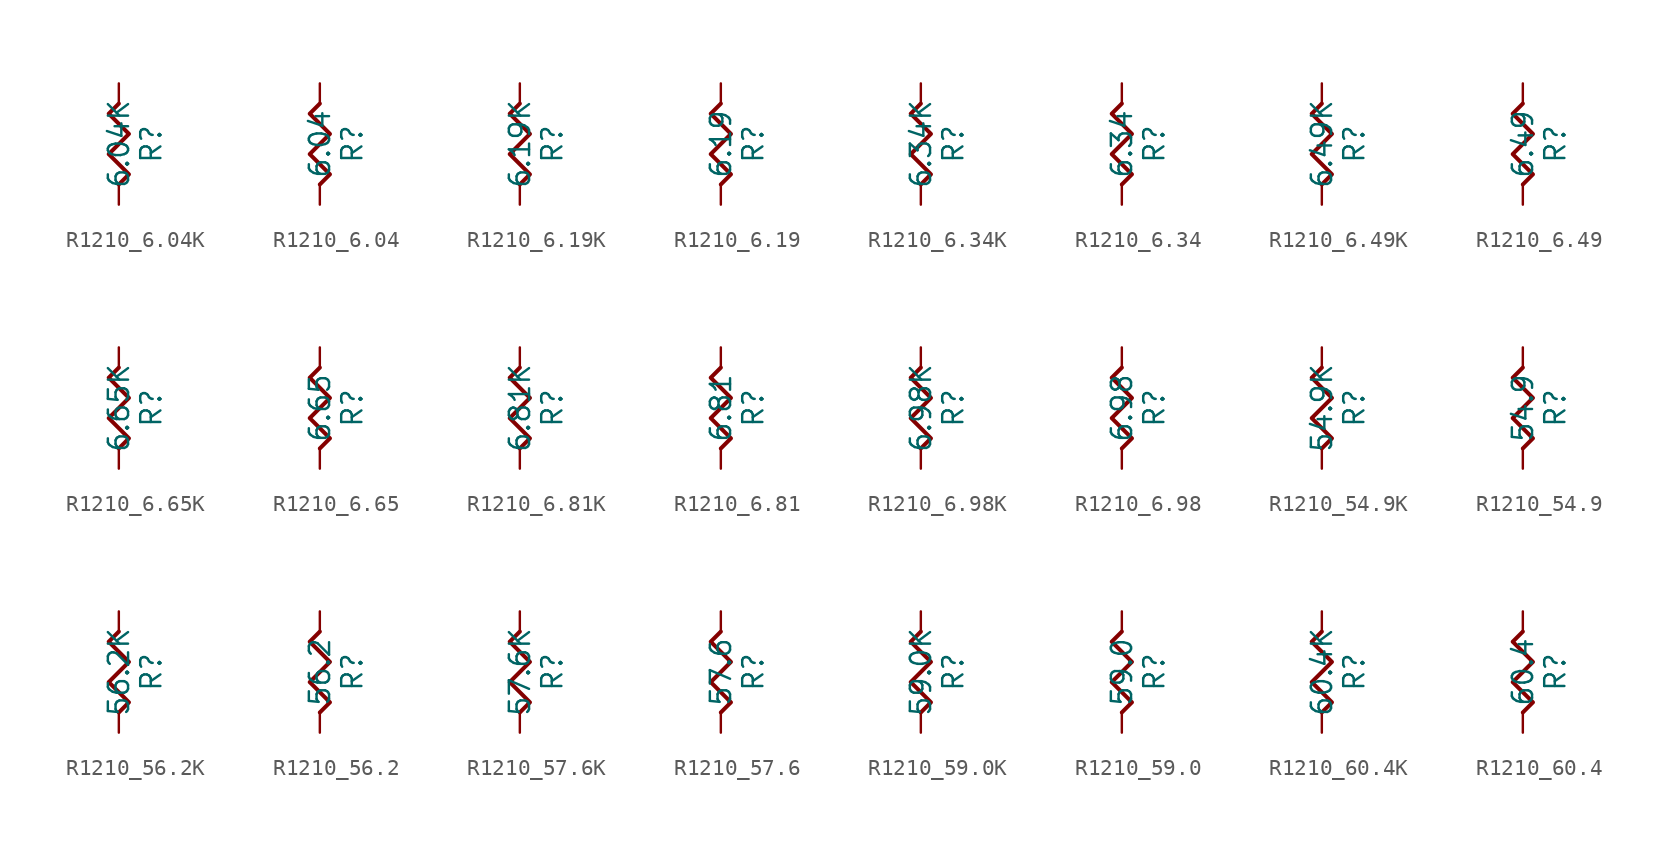
<source format=kicad_sym>
(kicad_symbol_lib
  (version 20211014)
  (generator atlantix-eda)
  (symbol "R1210_6.04K"
    (pin_numbers hide)
    (pin_names
      (offset 0))
    (property "Reference" "R"
      (at 2.032 0 90)
      (effects (font (size 1.27 1.27))))
    (property "Value" "6.04K"
      (at 0 0 90)
      (effects (font (size 1.27 1.27))))
    (symbol "R1210_6.04K_0_1"
      (polyline (pts (xy 0 -2.54) (xy 0.635 -1.905) (xy -0.635 -0.635) (xy 0.635 0.635) (xy -0.635 1.905) (xy 0 2.54)) (stroke (width 0.254) (type default) (color 0 0 0 0)) (fill (type none))))
    (symbol "R1210_6.04K_1_1"
      (pin passive line (at 0 3.81 270) (length 1.27) (name "~" (effects (font (size 1.27 1.27)))) (number "1" (effects (font (size 1.27 1.27)))))
      (pin passive line (at 0 -3.81 90) (length 1.27) (name "~" (effects (font (size 1.27 1.27)))) (number "2" (effects (font (size 1.27 1.27)))))))
  (symbol "R1210_6.04"
    (pin_numbers hide)
    (pin_names
      (offset 0))
    (property "Reference" "R"
      (at 2.032 0 90)
      (effects (font (size 1.27 1.27))))
    (property "Value" "6.04"
      (at 0 0 90)
      (effects (font (size 1.27 1.27))))
    (symbol "R1210_6.04_0_1"
      (polyline (pts (xy 0 -2.54) (xy 0.635 -1.905) (xy -0.635 -0.635) (xy 0.635 0.635) (xy -0.635 1.905) (xy 0 2.54)) (stroke (width 0.254) (type default) (color 0 0 0 0)) (fill (type none))))
    (symbol "R1210_6.04_1_1"
      (pin passive line (at 0 3.81 270) (length 1.27) (name "~" (effects (font (size 1.27 1.27)))) (number "1" (effects (font (size 1.27 1.27)))))
      (pin passive line (at 0 -3.81 90) (length 1.27) (name "~" (effects (font (size 1.27 1.27)))) (number "2" (effects (font (size 1.27 1.27)))))))
  (symbol "R1210_6.19K"
    (pin_numbers hide)
    (pin_names
      (offset 0))
    (property "Reference" "R"
      (at 2.032 0 90)
      (effects (font (size 1.27 1.27))))
    (property "Value" "6.19K"
      (at 0 0 90)
      (effects (font (size 1.27 1.27))))
    (symbol "R1210_6.19K_0_1"
      (polyline (pts (xy 0 -2.54) (xy 0.635 -1.905) (xy -0.635 -0.635) (xy 0.635 0.635) (xy -0.635 1.905) (xy 0 2.54)) (stroke (width 0.254) (type default) (color 0 0 0 0)) (fill (type none))))
    (symbol "R1210_6.19K_1_1"
      (pin passive line (at 0 3.81 270) (length 1.27) (name "~" (effects (font (size 1.27 1.27)))) (number "1" (effects (font (size 1.27 1.27)))))
      (pin passive line (at 0 -3.81 90) (length 1.27) (name "~" (effects (font (size 1.27 1.27)))) (number "2" (effects (font (size 1.27 1.27)))))))
  (symbol "R1210_6.19"
    (pin_numbers hide)
    (pin_names
      (offset 0))
    (property "Reference" "R"
      (at 2.032 0 90)
      (effects (font (size 1.27 1.27))))
    (property "Value" "6.19"
      (at 0 0 90)
      (effects (font (size 1.27 1.27))))
    (symbol "R1210_6.19_0_1"
      (polyline (pts (xy 0 -2.54) (xy 0.635 -1.905) (xy -0.635 -0.635) (xy 0.635 0.635) (xy -0.635 1.905) (xy 0 2.54)) (stroke (width 0.254) (type default) (color 0 0 0 0)) (fill (type none))))
    (symbol "R1210_6.19_1_1"
      (pin passive line (at 0 3.81 270) (length 1.27) (name "~" (effects (font (size 1.27 1.27)))) (number "1" (effects (font (size 1.27 1.27)))))
      (pin passive line (at 0 -3.81 90) (length 1.27) (name "~" (effects (font (size 1.27 1.27)))) (number "2" (effects (font (size 1.27 1.27)))))))
  (symbol "R1210_6.34K"
    (pin_numbers hide)
    (pin_names
      (offset 0))
    (property "Reference" "R"
      (at 2.032 0 90)
      (effects (font (size 1.27 1.27))))
    (property "Value" "6.34K"
      (at 0 0 90)
      (effects (font (size 1.27 1.27))))
    (symbol "R1210_6.34K_0_1"
      (polyline (pts (xy 0 -2.54) (xy 0.635 -1.905) (xy -0.635 -0.635) (xy 0.635 0.635) (xy -0.635 1.905) (xy 0 2.54)) (stroke (width 0.254) (type default) (color 0 0 0 0)) (fill (type none))))
    (symbol "R1210_6.34K_1_1"
      (pin passive line (at 0 3.81 270) (length 1.27) (name "~" (effects (font (size 1.27 1.27)))) (number "1" (effects (font (size 1.27 1.27)))))
      (pin passive line (at 0 -3.81 90) (length 1.27) (name "~" (effects (font (size 1.27 1.27)))) (number "2" (effects (font (size 1.27 1.27)))))))
  (symbol "R1210_6.34"
    (pin_numbers hide)
    (pin_names
      (offset 0))
    (property "Reference" "R"
      (at 2.032 0 90)
      (effects (font (size 1.27 1.27))))
    (property "Value" "6.34"
      (at 0 0 90)
      (effects (font (size 1.27 1.27))))
    (symbol "R1210_6.34_0_1"
      (polyline (pts (xy 0 -2.54) (xy 0.635 -1.905) (xy -0.635 -0.635) (xy 0.635 0.635) (xy -0.635 1.905) (xy 0 2.54)) (stroke (width 0.254) (type default) (color 0 0 0 0)) (fill (type none))))
    (symbol "R1210_6.34_1_1"
      (pin passive line (at 0 3.81 270) (length 1.27) (name "~" (effects (font (size 1.27 1.27)))) (number "1" (effects (font (size 1.27 1.27)))))
      (pin passive line (at 0 -3.81 90) (length 1.27) (name "~" (effects (font (size 1.27 1.27)))) (number "2" (effects (font (size 1.27 1.27)))))))
  (symbol "R1210_6.49K"
    (pin_numbers hide)
    (pin_names
      (offset 0))
    (property "Reference" "R"
      (at 2.032 0 90)
      (effects (font (size 1.27 1.27))))
    (property "Value" "6.49K"
      (at 0 0 90)
      (effects (font (size 1.27 1.27))))
    (symbol "R1210_6.49K_0_1"
      (polyline (pts (xy 0 -2.54) (xy 0.635 -1.905) (xy -0.635 -0.635) (xy 0.635 0.635) (xy -0.635 1.905) (xy 0 2.54)) (stroke (width 0.254) (type default) (color 0 0 0 0)) (fill (type none))))
    (symbol "R1210_6.49K_1_1"
      (pin passive line (at 0 3.81 270) (length 1.27) (name "~" (effects (font (size 1.27 1.27)))) (number "1" (effects (font (size 1.27 1.27)))))
      (pin passive line (at 0 -3.81 90) (length 1.27) (name "~" (effects (font (size 1.27 1.27)))) (number "2" (effects (font (size 1.27 1.27)))))))
  (symbol "R1210_6.49"
    (pin_numbers hide)
    (pin_names
      (offset 0))
    (property "Reference" "R"
      (at 2.032 0 90)
      (effects (font (size 1.27 1.27))))
    (property "Value" "6.49"
      (at 0 0 90)
      (effects (font (size 1.27 1.27))))
    (symbol "R1210_6.49_0_1"
      (polyline (pts (xy 0 -2.54) (xy 0.635 -1.905) (xy -0.635 -0.635) (xy 0.635 0.635) (xy -0.635 1.905) (xy 0 2.54)) (stroke (width 0.254) (type default) (color 0 0 0 0)) (fill (type none))))
    (symbol "R1210_6.49_1_1"
      (pin passive line (at 0 3.81 270) (length 1.27) (name "~" (effects (font (size 1.27 1.27)))) (number "1" (effects (font (size 1.27 1.27)))))
      (pin passive line (at 0 -3.81 90) (length 1.27) (name "~" (effects (font (size 1.27 1.27)))) (number "2" (effects (font (size 1.27 1.27)))))))
  (symbol "R1210_6.65K"
    (pin_numbers hide)
    (pin_names
      (offset 0))
    (property "Reference" "R"
      (at 2.032 0 90)
      (effects (font (size 1.27 1.27))))
    (property "Value" "6.65K"
      (at 0 0 90)
      (effects (font (size 1.27 1.27))))
    (symbol "R1210_6.65K_0_1"
      (polyline (pts (xy 0 -2.54) (xy 0.635 -1.905) (xy -0.635 -0.635) (xy 0.635 0.635) (xy -0.635 1.905) (xy 0 2.54)) (stroke (width 0.254) (type default) (color 0 0 0 0)) (fill (type none))))
    (symbol "R1210_6.65K_1_1"
      (pin passive line (at 0 3.81 270) (length 1.27) (name "~" (effects (font (size 1.27 1.27)))) (number "1" (effects (font (size 1.27 1.27)))))
      (pin passive line (at 0 -3.81 90) (length 1.27) (name "~" (effects (font (size 1.27 1.27)))) (number "2" (effects (font (size 1.27 1.27)))))))
  (symbol "R1210_6.65"
    (pin_numbers hide)
    (pin_names
      (offset 0))
    (property "Reference" "R"
      (at 2.032 0 90)
      (effects (font (size 1.27 1.27))))
    (property "Value" "6.65"
      (at 0 0 90)
      (effects (font (size 1.27 1.27))))
    (symbol "R1210_6.65_0_1"
      (polyline (pts (xy 0 -2.54) (xy 0.635 -1.905) (xy -0.635 -0.635) (xy 0.635 0.635) (xy -0.635 1.905) (xy 0 2.54)) (stroke (width 0.254) (type default) (color 0 0 0 0)) (fill (type none))))
    (symbol "R1210_6.65_1_1"
      (pin passive line (at 0 3.81 270) (length 1.27) (name "~" (effects (font (size 1.27 1.27)))) (number "1" (effects (font (size 1.27 1.27)))))
      (pin passive line (at 0 -3.81 90) (length 1.27) (name "~" (effects (font (size 1.27 1.27)))) (number "2" (effects (font (size 1.27 1.27)))))))
  (symbol "R1210_6.81K"
    (pin_numbers hide)
    (pin_names
      (offset 0))
    (property "Reference" "R"
      (at 2.032 0 90)
      (effects (font (size 1.27 1.27))))
    (property "Value" "6.81K"
      (at 0 0 90)
      (effects (font (size 1.27 1.27))))
    (symbol "R1210_6.81K_0_1"
      (polyline (pts (xy 0 -2.54) (xy 0.635 -1.905) (xy -0.635 -0.635) (xy 0.635 0.635) (xy -0.635 1.905) (xy 0 2.54)) (stroke (width 0.254) (type default) (color 0 0 0 0)) (fill (type none))))
    (symbol "R1210_6.81K_1_1"
      (pin passive line (at 0 3.81 270) (length 1.27) (name "~" (effects (font (size 1.27 1.27)))) (number "1" (effects (font (size 1.27 1.27)))))
      (pin passive line (at 0 -3.81 90) (length 1.27) (name "~" (effects (font (size 1.27 1.27)))) (number "2" (effects (font (size 1.27 1.27)))))))
  (symbol "R1210_6.81"
    (pin_numbers hide)
    (pin_names
      (offset 0))
    (property "Reference" "R"
      (at 2.032 0 90)
      (effects (font (size 1.27 1.27))))
    (property "Value" "6.81"
      (at 0 0 90)
      (effects (font (size 1.27 1.27))))
    (symbol "R1210_6.81_0_1"
      (polyline (pts (xy 0 -2.54) (xy 0.635 -1.905) (xy -0.635 -0.635) (xy 0.635 0.635) (xy -0.635 1.905) (xy 0 2.54)) (stroke (width 0.254) (type default) (color 0 0 0 0)) (fill (type none))))
    (symbol "R1210_6.81_1_1"
      (pin passive line (at 0 3.81 270) (length 1.27) (name "~" (effects (font (size 1.27 1.27)))) (number "1" (effects (font (size 1.27 1.27)))))
      (pin passive line (at 0 -3.81 90) (length 1.27) (name "~" (effects (font (size 1.27 1.27)))) (number "2" (effects (font (size 1.27 1.27)))))))
  (symbol "R1210_6.98K"
    (pin_numbers hide)
    (pin_names
      (offset 0))
    (property "Reference" "R"
      (at 2.032 0 90)
      (effects (font (size 1.27 1.27))))
    (property "Value" "6.98K"
      (at 0 0 90)
      (effects (font (size 1.27 1.27))))
    (symbol "R1210_6.98K_0_1"
      (polyline (pts (xy 0 -2.54) (xy 0.635 -1.905) (xy -0.635 -0.635) (xy 0.635 0.635) (xy -0.635 1.905) (xy 0 2.54)) (stroke (width 0.254) (type default) (color 0 0 0 0)) (fill (type none))))
    (symbol "R1210_6.98K_1_1"
      (pin passive line (at 0 3.81 270) (length 1.27) (name "~" (effects (font (size 1.27 1.27)))) (number "1" (effects (font (size 1.27 1.27)))))
      (pin passive line (at 0 -3.81 90) (length 1.27) (name "~" (effects (font (size 1.27 1.27)))) (number "2" (effects (font (size 1.27 1.27)))))))
  (symbol "R1210_6.98"
    (pin_numbers hide)
    (pin_names
      (offset 0))
    (property "Reference" "R"
      (at 2.032 0 90)
      (effects (font (size 1.27 1.27))))
    (property "Value" "6.98"
      (at 0 0 90)
      (effects (font (size 1.27 1.27))))
    (symbol "R1210_6.98_0_1"
      (polyline (pts (xy 0 -2.54) (xy 0.635 -1.905) (xy -0.635 -0.635) (xy 0.635 0.635) (xy -0.635 1.905) (xy 0 2.54)) (stroke (width 0.254) (type default) (color 0 0 0 0)) (fill (type none))))
    (symbol "R1210_6.98_1_1"
      (pin passive line (at 0 3.81 270) (length 1.27) (name "~" (effects (font (size 1.27 1.27)))) (number "1" (effects (font (size 1.27 1.27)))))
      (pin passive line (at 0 -3.81 90) (length 1.27) (name "~" (effects (font (size 1.27 1.27)))) (number "2" (effects (font (size 1.27 1.27)))))))
  (symbol "R1210_54.9K"
    (pin_numbers hide)
    (pin_names
      (offset 0))
    (property "Reference" "R"
      (at 2.032 0 90)
      (effects (font (size 1.27 1.27))))
    (property "Value" "54.9K"
      (at 0 0 90)
      (effects (font (size 1.27 1.27))))
    (symbol "R1210_54.9K_0_1"
      (polyline (pts (xy 0 -2.54) (xy 0.635 -1.905) (xy -0.635 -0.635) (xy 0.635 0.635) (xy -0.635 1.905) (xy 0 2.54)) (stroke (width 0.254) (type default) (color 0 0 0 0)) (fill (type none))))
    (symbol "R1210_54.9K_1_1"
      (pin passive line (at 0 3.81 270) (length 1.27) (name "~" (effects (font (size 1.27 1.27)))) (number "1" (effects (font (size 1.27 1.27)))))
      (pin passive line (at 0 -3.81 90) (length 1.27) (name "~" (effects (font (size 1.27 1.27)))) (number "2" (effects (font (size 1.27 1.27)))))))
  (symbol "R1210_54.9"
    (pin_numbers hide)
    (pin_names
      (offset 0))
    (property "Reference" "R"
      (at 2.032 0 90)
      (effects (font (size 1.27 1.27))))
    (property "Value" "54.9"
      (at 0 0 90)
      (effects (font (size 1.27 1.27))))
    (symbol "R1210_54.9_0_1"
      (polyline (pts (xy 0 -2.54) (xy 0.635 -1.905) (xy -0.635 -0.635) (xy 0.635 0.635) (xy -0.635 1.905) (xy 0 2.54)) (stroke (width 0.254) (type default) (color 0 0 0 0)) (fill (type none))))
    (symbol "R1210_54.9_1_1"
      (pin passive line (at 0 3.81 270) (length 1.27) (name "~" (effects (font (size 1.27 1.27)))) (number "1" (effects (font (size 1.27 1.27)))))
      (pin passive line (at 0 -3.81 90) (length 1.27) (name "~" (effects (font (size 1.27 1.27)))) (number "2" (effects (font (size 1.27 1.27)))))))
  (symbol "R1210_56.2K"
    (pin_numbers hide)
    (pin_names
      (offset 0))
    (property "Reference" "R"
      (at 2.032 0 90)
      (effects (font (size 1.27 1.27))))
    (property "Value" "56.2K"
      (at 0 0 90)
      (effects (font (size 1.27 1.27))))
    (symbol "R1210_56.2K_0_1"
      (polyline (pts (xy 0 -2.54) (xy 0.635 -1.905) (xy -0.635 -0.635) (xy 0.635 0.635) (xy -0.635 1.905) (xy 0 2.54)) (stroke (width 0.254) (type default) (color 0 0 0 0)) (fill (type none))))
    (symbol "R1210_56.2K_1_1"
      (pin passive line (at 0 3.81 270) (length 1.27) (name "~" (effects (font (size 1.27 1.27)))) (number "1" (effects (font (size 1.27 1.27)))))
      (pin passive line (at 0 -3.81 90) (length 1.27) (name "~" (effects (font (size 1.27 1.27)))) (number "2" (effects (font (size 1.27 1.27)))))))
  (symbol "R1210_56.2"
    (pin_numbers hide)
    (pin_names
      (offset 0))
    (property "Reference" "R"
      (at 2.032 0 90)
      (effects (font (size 1.27 1.27))))
    (property "Value" "56.2"
      (at 0 0 90)
      (effects (font (size 1.27 1.27))))
    (symbol "R1210_56.2_0_1"
      (polyline (pts (xy 0 -2.54) (xy 0.635 -1.905) (xy -0.635 -0.635) (xy 0.635 0.635) (xy -0.635 1.905) (xy 0 2.54)) (stroke (width 0.254) (type default) (color 0 0 0 0)) (fill (type none))))
    (symbol "R1210_56.2_1_1"
      (pin passive line (at 0 3.81 270) (length 1.27) (name "~" (effects (font (size 1.27 1.27)))) (number "1" (effects (font (size 1.27 1.27)))))
      (pin passive line (at 0 -3.81 90) (length 1.27) (name "~" (effects (font (size 1.27 1.27)))) (number "2" (effects (font (size 1.27 1.27)))))))
  (symbol "R1210_57.6K"
    (pin_numbers hide)
    (pin_names
      (offset 0))
    (property "Reference" "R"
      (at 2.032 0 90)
      (effects (font (size 1.27 1.27))))
    (property "Value" "57.6K"
      (at 0 0 90)
      (effects (font (size 1.27 1.27))))
    (symbol "R1210_57.6K_0_1"
      (polyline (pts (xy 0 -2.54) (xy 0.635 -1.905) (xy -0.635 -0.635) (xy 0.635 0.635) (xy -0.635 1.905) (xy 0 2.54)) (stroke (width 0.254) (type default) (color 0 0 0 0)) (fill (type none))))
    (symbol "R1210_57.6K_1_1"
      (pin passive line (at 0 3.81 270) (length 1.27) (name "~" (effects (font (size 1.27 1.27)))) (number "1" (effects (font (size 1.27 1.27)))))
      (pin passive line (at 0 -3.81 90) (length 1.27) (name "~" (effects (font (size 1.27 1.27)))) (number "2" (effects (font (size 1.27 1.27)))))))
  (symbol "R1210_57.6"
    (pin_numbers hide)
    (pin_names
      (offset 0))
    (property "Reference" "R"
      (at 2.032 0 90)
      (effects (font (size 1.27 1.27))))
    (property "Value" "57.6"
      (at 0 0 90)
      (effects (font (size 1.27 1.27))))
    (symbol "R1210_57.6_0_1"
      (polyline (pts (xy 0 -2.54) (xy 0.635 -1.905) (xy -0.635 -0.635) (xy 0.635 0.635) (xy -0.635 1.905) (xy 0 2.54)) (stroke (width 0.254) (type default) (color 0 0 0 0)) (fill (type none))))
    (symbol "R1210_57.6_1_1"
      (pin passive line (at 0 3.81 270) (length 1.27) (name "~" (effects (font (size 1.27 1.27)))) (number "1" (effects (font (size 1.27 1.27)))))
      (pin passive line (at 0 -3.81 90) (length 1.27) (name "~" (effects (font (size 1.27 1.27)))) (number "2" (effects (font (size 1.27 1.27)))))))
  (symbol "R1210_59.0K"
    (pin_numbers hide)
    (pin_names
      (offset 0))
    (property "Reference" "R"
      (at 2.032 0 90)
      (effects (font (size 1.27 1.27))))
    (property "Value" "59.0K"
      (at 0 0 90)
      (effects (font (size 1.27 1.27))))
    (symbol "R1210_59.0K_0_1"
      (polyline (pts (xy 0 -2.54) (xy 0.635 -1.905) (xy -0.635 -0.635) (xy 0.635 0.635) (xy -0.635 1.905) (xy 0 2.54)) (stroke (width 0.254) (type default) (color 0 0 0 0)) (fill (type none))))
    (symbol "R1210_59.0K_1_1"
      (pin passive line (at 0 3.81 270) (length 1.27) (name "~" (effects (font (size 1.27 1.27)))) (number "1" (effects (font (size 1.27 1.27)))))
      (pin passive line (at 0 -3.81 90) (length 1.27) (name "~" (effects (font (size 1.27 1.27)))) (number "2" (effects (font (size 1.27 1.27)))))))
  (symbol "R1210_59.0"
    (pin_numbers hide)
    (pin_names
      (offset 0))
    (property "Reference" "R"
      (at 2.032 0 90)
      (effects (font (size 1.27 1.27))))
    (property "Value" "59.0"
      (at 0 0 90)
      (effects (font (size 1.27 1.27))))
    (symbol "R1210_59.0_0_1"
      (polyline (pts (xy 0 -2.54) (xy 0.635 -1.905) (xy -0.635 -0.635) (xy 0.635 0.635) (xy -0.635 1.905) (xy 0 2.54)) (stroke (width 0.254) (type default) (color 0 0 0 0)) (fill (type none))))
    (symbol "R1210_59.0_1_1"
      (pin passive line (at 0 3.81 270) (length 1.27) (name "~" (effects (font (size 1.27 1.27)))) (number "1" (effects (font (size 1.27 1.27)))))
      (pin passive line (at 0 -3.81 90) (length 1.27) (name "~" (effects (font (size 1.27 1.27)))) (number "2" (effects (font (size 1.27 1.27)))))))
  (symbol "R1210_60.4K"
    (pin_numbers hide)
    (pin_names
      (offset 0))
    (property "Reference" "R"
      (at 2.032 0 90)
      (effects (font (size 1.27 1.27))))
    (property "Value" "60.4K"
      (at 0 0 90)
      (effects (font (size 1.27 1.27))))
    (symbol "R1210_60.4K_0_1"
      (polyline (pts (xy 0 -2.54) (xy 0.635 -1.905) (xy -0.635 -0.635) (xy 0.635 0.635) (xy -0.635 1.905) (xy 0 2.54)) (stroke (width 0.254) (type default) (color 0 0 0 0)) (fill (type none))))
    (symbol "R1210_60.4K_1_1"
      (pin passive line (at 0 3.81 270) (length 1.27) (name "~" (effects (font (size 1.27 1.27)))) (number "1" (effects (font (size 1.27 1.27)))))
      (pin passive line (at 0 -3.81 90) (length 1.27) (name "~" (effects (font (size 1.27 1.27)))) (number "2" (effects (font (size 1.27 1.27)))))))
  (symbol "R1210_60.4"
    (pin_numbers hide)
    (pin_names
      (offset 0))
    (property "Reference" "R"
      (at 2.032 0 90)
      (effects (font (size 1.27 1.27))))
    (property "Value" "60.4"
      (at 0 0 90)
      (effects (font (size 1.27 1.27))))
    (symbol "R1210_60.4_0_1"
      (polyline (pts (xy 0 -2.54) (xy 0.635 -1.905) (xy -0.635 -0.635) (xy 0.635 0.635) (xy -0.635 1.905) (xy 0 2.54)) (stroke (width 0.254) (type default) (color 0 0 0 0)) (fill (type none))))
    (symbol "R1210_60.4_1_1"
      (pin passive line (at 0 3.81 270) (length 1.27) (name "~" (effects (font (size 1.27 1.27)))) (number "1" (effects (font (size 1.27 1.27)))))
      (pin passive line (at 0 -3.81 90) (length 1.27) (name "~" (effects (font (size 1.27 1.27)))) (number "2" (effects (font (size 1.27 1.27))))))))
</source>
